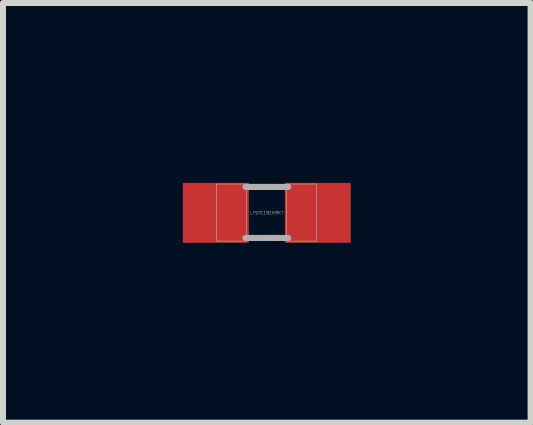
<source format=kicad_pcb>
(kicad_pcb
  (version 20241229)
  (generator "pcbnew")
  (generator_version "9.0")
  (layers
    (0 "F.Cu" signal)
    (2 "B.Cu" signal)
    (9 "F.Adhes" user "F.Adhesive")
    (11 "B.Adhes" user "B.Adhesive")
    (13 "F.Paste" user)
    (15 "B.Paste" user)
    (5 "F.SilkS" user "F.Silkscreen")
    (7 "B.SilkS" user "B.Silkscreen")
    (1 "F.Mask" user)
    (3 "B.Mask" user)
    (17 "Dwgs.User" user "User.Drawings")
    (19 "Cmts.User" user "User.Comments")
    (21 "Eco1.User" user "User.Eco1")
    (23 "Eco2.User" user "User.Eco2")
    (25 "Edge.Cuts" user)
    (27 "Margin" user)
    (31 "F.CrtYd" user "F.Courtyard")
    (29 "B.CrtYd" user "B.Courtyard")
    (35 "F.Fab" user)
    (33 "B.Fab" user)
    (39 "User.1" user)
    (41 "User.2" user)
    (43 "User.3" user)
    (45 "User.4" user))
  (footprint "LTSTC191KRKT"
    (layer "F.Cu")
    (at 1.4 0.5)
    (property "Reference" "LTSTC191KRKT" (at 0 0 0) (layer "F.Fab") (effects (font (size 0.051 0.051) (thickness 0.006))))
    (attr smd)
    (fp_line (start -0.356 -0.432) (end 0.356 -0.432) (stroke (width 0.102) (type solid)) (layer "F.Fab"))
    (fp_line (start -0.356 0.419) (end 0.356 0.419) (stroke (width 0.102) (type solid)) (layer "F.Fab"))
    (fp_poly (pts (xy -0.841 -0.48) (xy -0.338 -0.48) (xy -0.338 0.471) (xy -0.841 0.471)) (stroke (width 0.01) (type solid)) (fill no) (layer "F.Fab"))
    (fp_poly (pts (xy 0.331 -0.48) (xy 0.83 -0.48) (xy 0.83 0.471) (xy 0.331 0.471)) (stroke (width 0.01) (type solid)) (fill no) (layer "F.Fab"))
    (pad "1" smd rect (at -0.85 0) (size 1.1 1) (layers "F.Cu" "F.Mask" "F.Paste"))
    (pad "2" smd rect (at 0.85 0) (size 1.1 1) (layers "F.Cu" "F.Mask" "F.Paste")))
  (gr_rect
    (start -3 -3)
    (end 5.8 4)
    (stroke (width 0.1) (type default))
    (fill no)
    (layer "Edge.Cuts")))
</source>
